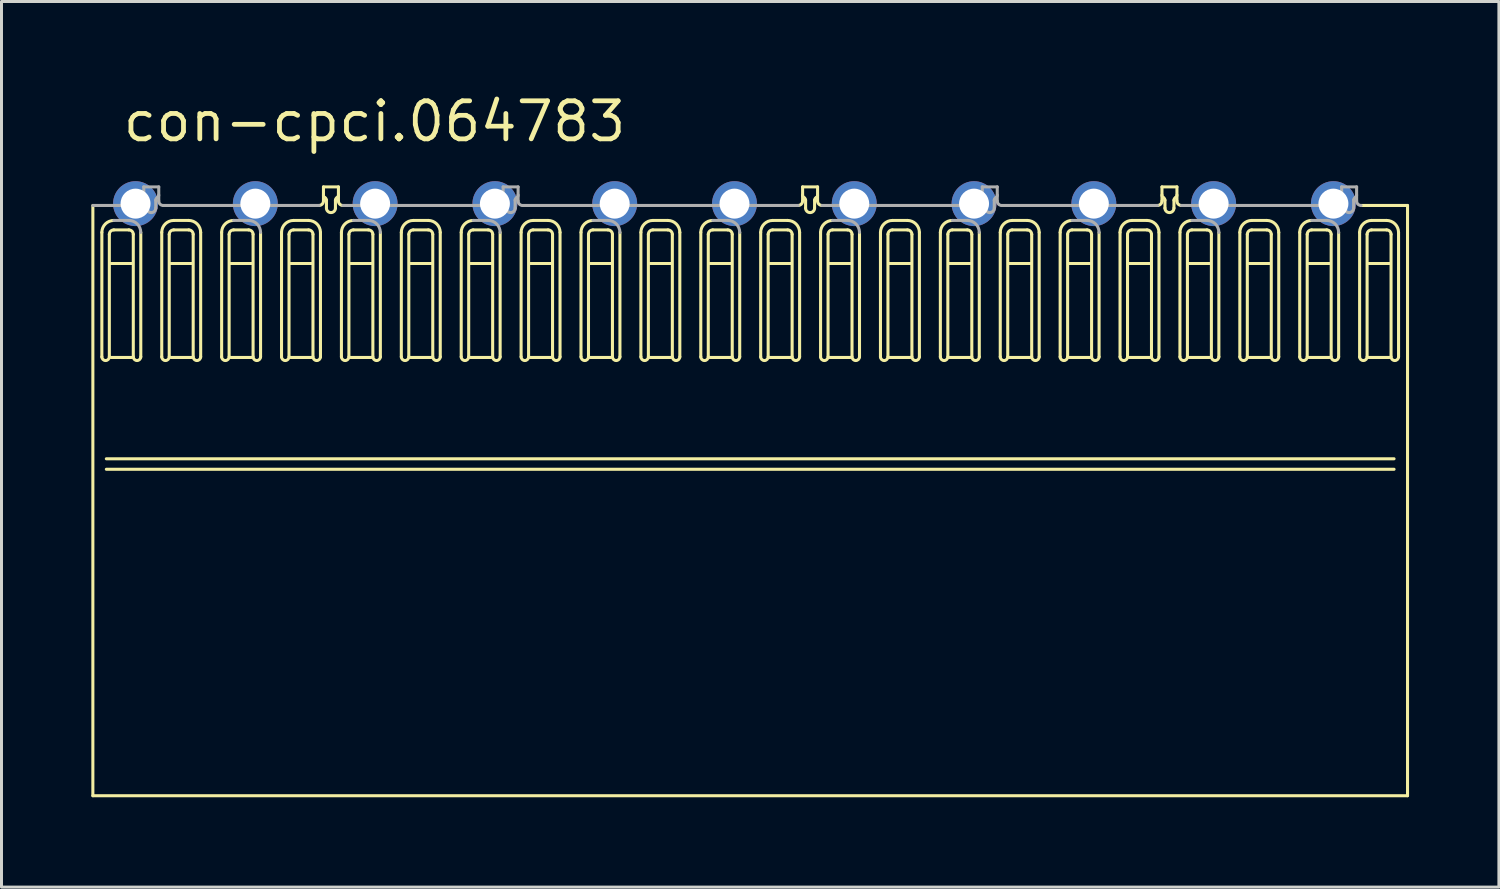
<source format=kicad_pcb>
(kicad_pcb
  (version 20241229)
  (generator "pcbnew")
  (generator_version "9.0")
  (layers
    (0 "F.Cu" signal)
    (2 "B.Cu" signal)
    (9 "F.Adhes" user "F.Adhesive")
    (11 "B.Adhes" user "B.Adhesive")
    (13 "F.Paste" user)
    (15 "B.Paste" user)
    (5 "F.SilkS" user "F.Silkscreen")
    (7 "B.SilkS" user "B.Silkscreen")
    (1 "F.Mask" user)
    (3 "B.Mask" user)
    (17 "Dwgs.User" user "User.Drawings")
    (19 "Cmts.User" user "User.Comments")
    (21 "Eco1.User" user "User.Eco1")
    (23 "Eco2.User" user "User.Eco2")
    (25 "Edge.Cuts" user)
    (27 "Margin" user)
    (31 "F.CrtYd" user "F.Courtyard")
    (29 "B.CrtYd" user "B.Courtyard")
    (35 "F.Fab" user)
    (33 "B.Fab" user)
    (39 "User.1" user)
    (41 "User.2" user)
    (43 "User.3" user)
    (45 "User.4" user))
  (footprint "con-cpci.064783"
    (layer "F.Cu")
    (at 21.476 3.75)
    (property "Reference" "con-cpci.064783" (at -20.5 -2 0) (layer "F.SilkS") (effects (font (size 1.27 1.27) (thickness 0.16)) (justify left bottom)))
    (attr through_hole)
    (fp_line (start -21.425 19.771) (end -21.425 0.061) (stroke (width 0.102) (type default)) (layer "F.SilkS"))
    (fp_line (start -21.125 5.114) (end -21.125 0.961) (stroke (width 0.102) (type default)) (layer "F.SilkS"))
    (fp_line (start -20.875 1.027) (end -20.875 5.114) (stroke (width 0.102) (type default)) (layer "F.SilkS"))
    (fp_line (start -20.825 1.999) (end -20.125 1.999) (stroke (width 0.102) (type default)) (layer "F.SilkS"))
    (fp_line (start -20.825 5.136) (end -20.125 5.136) (stroke (width 0.102) (type default)) (layer "F.SilkS"))
    (fp_line (start -20.225 0.877) (end -20.725 0.877) (stroke (width 0.102) (type default)) (layer "F.SilkS"))
    (fp_line (start -20.075 5.114) (end -20.075 1.027) (stroke (width 0.102) (type default)) (layer "F.SilkS"))
    (fp_line (start -19.825 0.961) (end -19.825 5.114) (stroke (width 0.102) (type default)) (layer "F.SilkS"))
    (fp_line (start -19.125 5.114) (end -19.125 0.961) (stroke (width 0.102) (type default)) (layer "F.SilkS"))
    (fp_line (start -18.875 1.027) (end -18.875 5.114) (stroke (width 0.102) (type default)) (layer "F.SilkS"))
    (fp_line (start -18.825 1.999) (end -18.125 1.999) (stroke (width 0.102) (type default)) (layer "F.SilkS"))
    (fp_line (start -18.825 5.136) (end -18.125 5.136) (stroke (width 0.102) (type default)) (layer "F.SilkS"))
    (fp_line (start -18.725 0.561) (end -18.225 0.561) (stroke (width 0.102) (type default)) (layer "F.SilkS"))
    (fp_line (start -18.225 0.877) (end -18.725 0.877) (stroke (width 0.102) (type default)) (layer "F.SilkS"))
    (fp_line (start -18.075 5.114) (end -18.075 1.027) (stroke (width 0.102) (type default)) (layer "F.SilkS"))
    (fp_line (start -17.825 0.961) (end -17.825 5.114) (stroke (width 0.102) (type default)) (layer "F.SilkS"))
    (fp_line (start -17.125 5.114) (end -17.125 0.961) (stroke (width 0.102) (type default)) (layer "F.SilkS"))
    (fp_line (start -16.875 1.027) (end -16.875 5.114) (stroke (width 0.102) (type default)) (layer "F.SilkS"))
    (fp_line (start -16.825 1.999) (end -16.125 1.999) (stroke (width 0.102) (type default)) (layer "F.SilkS"))
    (fp_line (start -16.825 5.136) (end -16.125 5.136) (stroke (width 0.102) (type default)) (layer "F.SilkS"))
    (fp_line (start -16.225 0.877) (end -16.725 0.877) (stroke (width 0.102) (type default)) (layer "F.SilkS"))
    (fp_line (start -16.075 5.114) (end -16.075 1.027) (stroke (width 0.102) (type default)) (layer "F.SilkS"))
    (fp_line (start -15.825 0.961) (end -15.825 5.114) (stroke (width 0.102) (type default)) (layer "F.SilkS"))
    (fp_line (start -15.125 5.114) (end -15.125 0.961) (stroke (width 0.102) (type default)) (layer "F.SilkS"))
    (fp_line (start -14.875 1.027) (end -14.875 5.114) (stroke (width 0.102) (type default)) (layer "F.SilkS"))
    (fp_line (start -14.825 1.999) (end -14.125 1.999) (stroke (width 0.102) (type default)) (layer "F.SilkS"))
    (fp_line (start -14.825 5.136) (end -14.125 5.136) (stroke (width 0.102) (type default)) (layer "F.SilkS"))
    (fp_line (start -14.725 0.561) (end -14.225 0.561) (stroke (width 0.102) (type default)) (layer "F.SilkS"))
    (fp_line (start -14.225 0.877) (end -14.725 0.877) (stroke (width 0.102) (type default)) (layer "F.SilkS"))
    (fp_line (start -14.075 5.114) (end -14.075 1.027) (stroke (width 0.102) (type default)) (layer "F.SilkS"))
    (fp_line (start -13.825 0.961) (end -13.825 5.114) (stroke (width 0.102) (type default)) (layer "F.SilkS"))
    (fp_line (start -13.725 -0.559) (end -13.225 -0.559) (stroke (width 0.102) (type default)) (layer "F.SilkS"))
    (fp_line (start -13.725 -0.089) (end -13.725 -0.559) (stroke (width 0.102) (type default)) (layer "F.SilkS"))
    (fp_line (start -13.625 -0.113) (end -13.625 0.149) (stroke (width 0.102) (type default)) (layer "F.SilkS"))
    (fp_line (start -13.325 0.149) (end -13.325 -0.113) (stroke (width 0.102) (type default)) (layer "F.SilkS"))
    (fp_line (start -13.225 -0.559) (end -13.225 -0.089) (stroke (width 0.102) (type default)) (layer "F.SilkS"))
    (fp_line (start -13.125 5.114) (end -13.125 0.961) (stroke (width 0.102) (type default)) (layer "F.SilkS"))
    (fp_line (start -12.875 1.027) (end -12.875 5.114) (stroke (width 0.102) (type default)) (layer "F.SilkS"))
    (fp_line (start -12.825 1.999) (end -12.125 1.999) (stroke (width 0.102) (type default)) (layer "F.SilkS"))
    (fp_line (start -12.825 5.136) (end -12.125 5.136) (stroke (width 0.102) (type default)) (layer "F.SilkS"))
    (fp_line (start -12.225 0.877) (end -12.725 0.877) (stroke (width 0.102) (type default)) (layer "F.SilkS"))
    (fp_line (start -12.075 5.114) (end -12.075 1.027) (stroke (width 0.102) (type default)) (layer "F.SilkS"))
    (fp_line (start -11.825 0.961) (end -11.825 5.114) (stroke (width 0.102) (type default)) (layer "F.SilkS"))
    (fp_line (start -11.125 5.114) (end -11.125 0.961) (stroke (width 0.102) (type default)) (layer "F.SilkS"))
    (fp_line (start -10.875 1.027) (end -10.875 5.114) (stroke (width 0.102) (type default)) (layer "F.SilkS"))
    (fp_line (start -10.825 1.999) (end -10.125 1.999) (stroke (width 0.102) (type default)) (layer "F.SilkS"))
    (fp_line (start -10.825 5.136) (end -10.125 5.136) (stroke (width 0.102) (type default)) (layer "F.SilkS"))
    (fp_line (start -10.725 0.561) (end -10.225 0.561) (stroke (width 0.102) (type default)) (layer "F.SilkS"))
    (fp_line (start -10.225 0.877) (end -10.725 0.877) (stroke (width 0.102) (type default)) (layer "F.SilkS"))
    (fp_line (start -10.075 5.114) (end -10.075 1.027) (stroke (width 0.102) (type default)) (layer "F.SilkS"))
    (fp_line (start -9.825 0.961) (end -9.825 5.114) (stroke (width 0.102) (type default)) (layer "F.SilkS"))
    (fp_line (start -9.125 5.114) (end -9.125 0.961) (stroke (width 0.102) (type default)) (layer "F.SilkS"))
    (fp_line (start -8.875 1.027) (end -8.875 5.114) (stroke (width 0.102) (type default)) (layer "F.SilkS"))
    (fp_line (start -8.825 1.999) (end -8.125 1.999) (stroke (width 0.102) (type default)) (layer "F.SilkS"))
    (fp_line (start -8.825 5.136) (end -8.125 5.136) (stroke (width 0.102) (type default)) (layer "F.SilkS"))
    (fp_line (start -8.225 0.877) (end -8.725 0.877) (stroke (width 0.102) (type default)) (layer "F.SilkS"))
    (fp_line (start -8.075 5.114) (end -8.075 1.027) (stroke (width 0.102) (type default)) (layer "F.SilkS"))
    (fp_line (start -7.825 0.961) (end -7.825 5.114) (stroke (width 0.102) (type default)) (layer "F.SilkS"))
    (fp_line (start -7.125 5.114) (end -7.125 0.961) (stroke (width 0.102) (type default)) (layer "F.SilkS"))
    (fp_line (start -6.875 1.027) (end -6.875 5.114) (stroke (width 0.102) (type default)) (layer "F.SilkS"))
    (fp_line (start -6.825 1.999) (end -6.125 1.999) (stroke (width 0.102) (type default)) (layer "F.SilkS"))
    (fp_line (start -6.825 5.136) (end -6.125 5.136) (stroke (width 0.102) (type default)) (layer "F.SilkS"))
    (fp_line (start -6.725 0.561) (end -6.225 0.561) (stroke (width 0.102) (type default)) (layer "F.SilkS"))
    (fp_line (start -6.225 0.877) (end -6.725 0.877) (stroke (width 0.102) (type default)) (layer "F.SilkS"))
    (fp_line (start -6.075 5.114) (end -6.075 1.027) (stroke (width 0.102) (type default)) (layer "F.SilkS"))
    (fp_line (start -5.825 0.961) (end -5.825 5.114) (stroke (width 0.102) (type default)) (layer "F.SilkS"))
    (fp_line (start -5.125 5.114) (end -5.125 0.961) (stroke (width 0.102) (type default)) (layer "F.SilkS"))
    (fp_line (start -4.875 1.027) (end -4.875 5.114) (stroke (width 0.102) (type default)) (layer "F.SilkS"))
    (fp_line (start -4.825 1.999) (end -4.125 1.999) (stroke (width 0.102) (type default)) (layer "F.SilkS"))
    (fp_line (start -4.825 5.136) (end -4.125 5.136) (stroke (width 0.102) (type default)) (layer "F.SilkS"))
    (fp_line (start -4.225 0.877) (end -4.725 0.877) (stroke (width 0.102) (type default)) (layer "F.SilkS"))
    (fp_line (start -4.075 5.114) (end -4.075 1.027) (stroke (width 0.102) (type default)) (layer "F.SilkS"))
    (fp_line (start -3.825 0.961) (end -3.825 5.114) (stroke (width 0.102) (type default)) (layer "F.SilkS"))
    (fp_line (start -3.125 5.114) (end -3.125 0.961) (stroke (width 0.102) (type default)) (layer "F.SilkS"))
    (fp_line (start -2.875 1.027) (end -2.875 5.114) (stroke (width 0.102) (type default)) (layer "F.SilkS"))
    (fp_line (start -2.825 1.999) (end -2.125 1.999) (stroke (width 0.102) (type default)) (layer "F.SilkS"))
    (fp_line (start -2.825 5.136) (end -2.125 5.136) (stroke (width 0.102) (type default)) (layer "F.SilkS"))
    (fp_line (start -2.725 0.561) (end -2.225 0.561) (stroke (width 0.102) (type default)) (layer "F.SilkS"))
    (fp_line (start -2.225 0.877) (end -2.725 0.877) (stroke (width 0.102) (type default)) (layer "F.SilkS"))
    (fp_line (start -2.075 5.114) (end -2.075 1.027) (stroke (width 0.102) (type default)) (layer "F.SilkS"))
    (fp_line (start -1.825 0.961) (end -1.825 5.114) (stroke (width 0.102) (type default)) (layer "F.SilkS"))
    (fp_line (start -1.125 5.114) (end -1.125 0.961) (stroke (width 0.102) (type default)) (layer "F.SilkS"))
    (fp_line (start -0.875 1.027) (end -0.875 5.114) (stroke (width 0.102) (type default)) (layer "F.SilkS"))
    (fp_line (start -0.825 1.999) (end -0.125 1.999) (stroke (width 0.102) (type default)) (layer "F.SilkS"))
    (fp_line (start -0.825 5.136) (end -0.125 5.136) (stroke (width 0.102) (type default)) (layer "F.SilkS"))
    (fp_line (start -0.225 0.877) (end -0.725 0.877) (stroke (width 0.102) (type default)) (layer "F.SilkS"))
    (fp_line (start -0.075 5.114) (end -0.075 1.027) (stroke (width 0.102) (type default)) (layer "F.SilkS"))
    (fp_line (start 0.175 0.961) (end 0.175 5.114) (stroke (width 0.102) (type default)) (layer "F.SilkS"))
    (fp_line (start 0.875 0.961) (end 0.875 5.114) (stroke (width 0.102) (type default)) (layer "F.SilkS"))
    (fp_line (start 1.125 5.114) (end 1.125 1.027) (stroke (width 0.102) (type default)) (layer "F.SilkS"))
    (fp_line (start 1.275 0.877) (end 1.775 0.877) (stroke (width 0.102) (type default)) (layer "F.SilkS"))
    (fp_line (start 1.775 0.561) (end 1.275 0.561) (stroke (width 0.102) (type default)) (layer "F.SilkS"))
    (fp_line (start 1.875 1.999) (end 1.175 1.999) (stroke (width 0.102) (type default)) (layer "F.SilkS"))
    (fp_line (start 1.875 5.136) (end 1.175 5.136) (stroke (width 0.102) (type default)) (layer "F.SilkS"))
    (fp_line (start 1.925 1.027) (end 1.925 5.114) (stroke (width 0.102) (type default)) (layer "F.SilkS"))
    (fp_line (start 2.175 5.114) (end 2.175 0.961) (stroke (width 0.102) (type default)) (layer "F.SilkS"))
    (fp_line (start 2.275 -0.559) (end 2.775 -0.559) (stroke (width 0.102) (type default)) (layer "F.SilkS"))
    (fp_line (start 2.275 -0.089) (end 2.275 -0.559) (stroke (width 0.102) (type default)) (layer "F.SilkS"))
    (fp_line (start 2.375 -0.113) (end 2.375 0.149) (stroke (width 0.102) (type default)) (layer "F.SilkS"))
    (fp_line (start 2.675 0.149) (end 2.675 -0.113) (stroke (width 0.102) (type default)) (layer "F.SilkS"))
    (fp_line (start 2.775 -0.559) (end 2.775 -0.089) (stroke (width 0.102) (type default)) (layer "F.SilkS"))
    (fp_line (start 2.875 0.961) (end 2.875 5.114) (stroke (width 0.102) (type default)) (layer "F.SilkS"))
    (fp_line (start 3.125 5.114) (end 3.125 1.027) (stroke (width 0.102) (type default)) (layer "F.SilkS"))
    (fp_line (start 3.275 0.877) (end 3.775 0.877) (stroke (width 0.102) (type default)) (layer "F.SilkS"))
    (fp_line (start 3.875 1.999) (end 3.175 1.999) (stroke (width 0.102) (type default)) (layer "F.SilkS"))
    (fp_line (start 3.875 5.136) (end 3.175 5.136) (stroke (width 0.102) (type default)) (layer "F.SilkS"))
    (fp_line (start 3.925 1.027) (end 3.925 5.114) (stroke (width 0.102) (type default)) (layer "F.SilkS"))
    (fp_line (start 4.175 5.114) (end 4.175 0.961) (stroke (width 0.102) (type default)) (layer "F.SilkS"))
    (fp_line (start 4.875 0.961) (end 4.875 5.114) (stroke (width 0.102) (type default)) (layer "F.SilkS"))
    (fp_line (start 5.125 5.114) (end 5.125 1.027) (stroke (width 0.102) (type default)) (layer "F.SilkS"))
    (fp_line (start 5.275 0.877) (end 5.775 0.877) (stroke (width 0.102) (type default)) (layer "F.SilkS"))
    (fp_line (start 5.775 0.561) (end 5.275 0.561) (stroke (width 0.102) (type default)) (layer "F.SilkS"))
    (fp_line (start 5.875 1.999) (end 5.175 1.999) (stroke (width 0.102) (type default)) (layer "F.SilkS"))
    (fp_line (start 5.875 5.136) (end 5.175 5.136) (stroke (width 0.102) (type default)) (layer "F.SilkS"))
    (fp_line (start 5.925 1.027) (end 5.925 5.114) (stroke (width 0.102) (type default)) (layer "F.SilkS"))
    (fp_line (start 6.175 5.114) (end 6.175 0.961) (stroke (width 0.102) (type default)) (layer "F.SilkS"))
    (fp_line (start 6.875 0.961) (end 6.875 5.114) (stroke (width 0.102) (type default)) (layer "F.SilkS"))
    (fp_line (start 7.125 5.114) (end 7.125 1.027) (stroke (width 0.102) (type default)) (layer "F.SilkS"))
    (fp_line (start 7.275 0.877) (end 7.775 0.877) (stroke (width 0.102) (type default)) (layer "F.SilkS"))
    (fp_line (start 7.875 1.999) (end 7.175 1.999) (stroke (width 0.102) (type default)) (layer "F.SilkS"))
    (fp_line (start 7.875 5.136) (end 7.175 5.136) (stroke (width 0.102) (type default)) (layer "F.SilkS"))
    (fp_line (start 7.925 1.027) (end 7.925 5.114) (stroke (width 0.102) (type default)) (layer "F.SilkS"))
    (fp_line (start 8.175 5.114) (end 8.175 0.961) (stroke (width 0.102) (type default)) (layer "F.SilkS"))
    (fp_line (start 8.875 0.961) (end 8.875 5.114) (stroke (width 0.102) (type default)) (layer "F.SilkS"))
    (fp_line (start 9.125 5.114) (end 9.125 1.027) (stroke (width 0.102) (type default)) (layer "F.SilkS"))
    (fp_line (start 9.275 0.877) (end 9.775 0.877) (stroke (width 0.102) (type default)) (layer "F.SilkS"))
    (fp_line (start 9.775 0.561) (end 9.275 0.561) (stroke (width 0.102) (type default)) (layer "F.SilkS"))
    (fp_line (start 9.875 1.999) (end 9.175 1.999) (stroke (width 0.102) (type default)) (layer "F.SilkS"))
    (fp_line (start 9.875 5.136) (end 9.175 5.136) (stroke (width 0.102) (type default)) (layer "F.SilkS"))
    (fp_line (start 9.925 1.027) (end 9.925 5.114) (stroke (width 0.102) (type default)) (layer "F.SilkS"))
    (fp_line (start 10.175 5.114) (end 10.175 0.961) (stroke (width 0.102) (type default)) (layer "F.SilkS"))
    (fp_line (start 10.875 0.961) (end 10.875 5.114) (stroke (width 0.102) (type default)) (layer "F.SilkS"))
    (fp_line (start 11.125 5.114) (end 11.125 1.027) (stroke (width 0.102) (type default)) (layer "F.SilkS"))
    (fp_line (start 11.275 0.877) (end 11.775 0.877) (stroke (width 0.102) (type default)) (layer "F.SilkS"))
    (fp_line (start 11.875 1.999) (end 11.175 1.999) (stroke (width 0.102) (type default)) (layer "F.SilkS"))
    (fp_line (start 11.875 5.136) (end 11.175 5.136) (stroke (width 0.102) (type default)) (layer "F.SilkS"))
    (fp_line (start 11.925 1.027) (end 11.925 5.114) (stroke (width 0.102) (type default)) (layer "F.SilkS"))
    (fp_line (start 12.175 5.114) (end 12.175 0.961) (stroke (width 0.102) (type default)) (layer "F.SilkS"))
    (fp_line (start 12.875 0.961) (end 12.875 5.114) (stroke (width 0.102) (type default)) (layer "F.SilkS"))
    (fp_line (start 13.125 5.114) (end 13.125 1.027) (stroke (width 0.102) (type default)) (layer "F.SilkS"))
    (fp_line (start 13.275 0.877) (end 13.775 0.877) (stroke (width 0.102) (type default)) (layer "F.SilkS"))
    (fp_line (start 13.775 0.561) (end 13.275 0.561) (stroke (width 0.102) (type default)) (layer "F.SilkS"))
    (fp_line (start 13.875 1.999) (end 13.175 1.999) (stroke (width 0.102) (type default)) (layer "F.SilkS"))
    (fp_line (start 13.875 5.136) (end 13.175 5.136) (stroke (width 0.102) (type default)) (layer "F.SilkS"))
    (fp_line (start 13.925 1.027) (end 13.925 5.114) (stroke (width 0.102) (type default)) (layer "F.SilkS"))
    (fp_line (start 14.175 5.114) (end 14.175 0.961) (stroke (width 0.102) (type default)) (layer "F.SilkS"))
    (fp_line (start 14.275 -0.559) (end 14.775 -0.559) (stroke (width 0.102) (type default)) (layer "F.SilkS"))
    (fp_line (start 14.275 -0.089) (end 14.275 -0.559) (stroke (width 0.102) (type default)) (layer "F.SilkS"))
    (fp_line (start 14.375 -0.113) (end 14.375 0.149) (stroke (width 0.102) (type default)) (layer "F.SilkS"))
    (fp_line (start 14.675 0.149) (end 14.675 -0.113) (stroke (width 0.102) (type default)) (layer "F.SilkS"))
    (fp_line (start 14.775 -0.559) (end 14.775 -0.089) (stroke (width 0.102) (type default)) (layer "F.SilkS"))
    (fp_line (start 14.875 0.961) (end 14.875 5.114) (stroke (width 0.102) (type default)) (layer "F.SilkS"))
    (fp_line (start 15.125 5.114) (end 15.125 1.027) (stroke (width 0.102) (type default)) (layer "F.SilkS"))
    (fp_line (start 15.275 0.877) (end 15.775 0.877) (stroke (width 0.102) (type default)) (layer "F.SilkS"))
    (fp_line (start 15.875 1.999) (end 15.175 1.999) (stroke (width 0.102) (type default)) (layer "F.SilkS"))
    (fp_line (start 15.875 5.136) (end 15.175 5.136) (stroke (width 0.102) (type default)) (layer "F.SilkS"))
    (fp_line (start 15.925 1.027) (end 15.925 5.114) (stroke (width 0.102) (type default)) (layer "F.SilkS"))
    (fp_line (start 16.175 5.114) (end 16.175 0.961) (stroke (width 0.102) (type default)) (layer "F.SilkS"))
    (fp_line (start 16.875 0.961) (end 16.875 5.114) (stroke (width 0.102) (type default)) (layer "F.SilkS"))
    (fp_line (start 17.125 5.114) (end 17.125 1.027) (stroke (width 0.102) (type default)) (layer "F.SilkS"))
    (fp_line (start 17.275 0.877) (end 17.775 0.877) (stroke (width 0.102) (type default)) (layer "F.SilkS"))
    (fp_line (start 17.775 0.561) (end 17.275 0.561) (stroke (width 0.102) (type default)) (layer "F.SilkS"))
    (fp_line (start 17.875 1.999) (end 17.175 1.999) (stroke (width 0.102) (type default)) (layer "F.SilkS"))
    (fp_line (start 17.875 5.136) (end 17.175 5.136) (stroke (width 0.102) (type default)) (layer "F.SilkS"))
    (fp_line (start 17.925 1.027) (end 17.925 5.114) (stroke (width 0.102) (type default)) (layer "F.SilkS"))
    (fp_line (start 18.175 5.114) (end 18.175 0.961) (stroke (width 0.102) (type default)) (layer "F.SilkS"))
    (fp_line (start 18.875 0.961) (end 18.875 5.114) (stroke (width 0.102) (type default)) (layer "F.SilkS"))
    (fp_line (start 19.125 5.114) (end 19.125 1.027) (stroke (width 0.102) (type default)) (layer "F.SilkS"))
    (fp_line (start 19.275 0.877) (end 19.775 0.877) (stroke (width 0.102) (type default)) (layer "F.SilkS"))
    (fp_line (start 19.875 1.999) (end 19.175 1.999) (stroke (width 0.102) (type default)) (layer "F.SilkS"))
    (fp_line (start 19.875 5.136) (end 19.175 5.136) (stroke (width 0.102) (type default)) (layer "F.SilkS"))
    (fp_line (start 19.925 1.027) (end 19.925 5.114) (stroke (width 0.102) (type default)) (layer "F.SilkS"))
    (fp_line (start 20.175 5.114) (end 20.175 0.961) (stroke (width 0.102) (type default)) (layer "F.SilkS"))
    (fp_line (start 20.875 0.961) (end 20.875 5.114) (stroke (width 0.102) (type default)) (layer "F.SilkS"))
    (fp_line (start 20.925 0.061) (end 22.475 0.061) (stroke (width 0.102) (type default)) (layer "F.SilkS"))
    (fp_line (start 21.125 5.114) (end 21.125 1.027) (stroke (width 0.102) (type default)) (layer "F.SilkS"))
    (fp_line (start 21.275 0.877) (end 21.775 0.877) (stroke (width 0.102) (type default)) (layer "F.SilkS"))
    (fp_line (start 21.775 0.561) (end 21.275 0.561) (stroke (width 0.102) (type default)) (layer "F.SilkS"))
    (fp_line (start 21.875 1.999) (end 21.175 1.999) (stroke (width 0.102) (type default)) (layer "F.SilkS"))
    (fp_line (start 21.875 5.136) (end 21.175 5.136) (stroke (width 0.102) (type default)) (layer "F.SilkS"))
    (fp_line (start 21.925 1.027) (end 21.925 5.114) (stroke (width 0.102) (type default)) (layer "F.SilkS"))
    (fp_line (start 22.025 8.52) (end -20.975 8.52) (stroke (width 0.102) (type default)) (layer "F.SilkS"))
    (fp_line (start 22.025 8.87) (end -20.975 8.87) (stroke (width 0.102) (type default)) (layer "F.SilkS"))
    (fp_line (start 22.175 5.114) (end 22.175 0.961) (stroke (width 0.102) (type default)) (layer "F.SilkS"))
    (fp_line (start 22.475 0.061) (end 22.475 19.771) (stroke (width 0.102) (type default)) (layer "F.SilkS"))
    (fp_line (start 22.475 19.771) (end -21.425 19.771) (stroke (width 0.102) (type default)) (layer "F.SilkS"))
    (fp_arc (start -21.1252 0.9612) (mid -21.008043 0.678357) (end -20.7252 0.5612) (stroke (width 0.1016) (type default)) (layer "F.SilkS"))
    (fp_arc (start -20.8752 1.0269) (mid -20.831266 0.920834) (end -20.7252 0.8769) (stroke (width 0.1016) (type default)) (layer "F.SilkS"))
    (fp_arc (start -20.8752 5.1139) (mid -21.0002 5.2389) (end -21.1252 5.1139) (stroke (width 0.1016) (type default)) (layer "F.SilkS"))
    (fp_arc (start -20.2252 0.8769) (mid -20.119134 0.920834) (end -20.0752 1.0269) (stroke (width 0.1016) (type default)) (layer "F.SilkS"))
    (fp_arc (start -19.8252 5.1139) (mid -19.9502 5.2389) (end -20.0752 5.1139) (stroke (width 0.1016) (type default)) (layer "F.SilkS"))
    (fp_arc (start -19.1252 0.9612) (mid -19.008043 0.678357) (end -18.7252 0.5612) (stroke (width 0.1016) (type default)) (layer "F.SilkS"))
    (fp_arc (start -18.8752 1.0269) (mid -18.831266 0.920834) (end -18.7252 0.8769) (stroke (width 0.1016) (type default)) (layer "F.SilkS"))
    (fp_arc (start -18.8752 5.1139) (mid -19.0002 5.2389) (end -19.1252 5.1139) (stroke (width 0.1016) (type default)) (layer "F.SilkS"))
    (fp_arc (start -18.2252 0.5612) (mid -17.942357 0.678357) (end -17.8252 0.9612) (stroke (width 0.1016) (type default)) (layer "F.SilkS"))
    (fp_arc (start -18.2252 0.8769) (mid -18.119134 0.920834) (end -18.0752 1.0269) (stroke (width 0.1016) (type default)) (layer "F.SilkS"))
    (fp_arc (start -17.8252 5.1139) (mid -17.9502 5.2389) (end -18.0752 5.1139) (stroke (width 0.1016) (type default)) (layer "F.SilkS"))
    (fp_arc (start -17.1252 0.9612) (mid -17.008043 0.678357) (end -16.7252 0.5612) (stroke (width 0.1016) (type default)) (layer "F.SilkS"))
    (fp_arc (start -16.8752 1.0269) (mid -16.831266 0.920834) (end -16.7252 0.8769) (stroke (width 0.1016) (type default)) (layer "F.SilkS"))
    (fp_arc (start -16.8752 5.1139) (mid -17.0002 5.2389) (end -17.1252 5.1139) (stroke (width 0.1016) (type default)) (layer "F.SilkS"))
    (fp_arc (start -16.2252 0.8769) (mid -16.119134 0.920834) (end -16.0752 1.0269) (stroke (width 0.1016) (type default)) (layer "F.SilkS"))
    (fp_arc (start -15.8252 5.1139) (mid -15.9502 5.2389) (end -16.0752 5.1139) (stroke (width 0.1016) (type default)) (layer "F.SilkS"))
    (fp_arc (start -15.1252 0.9612) (mid -15.008043 0.678357) (end -14.7252 0.5612) (stroke (width 0.1016) (type default)) (layer "F.SilkS"))
    (fp_arc (start -14.8752 1.0269) (mid -14.831266 0.920834) (end -14.7252 0.8769) (stroke (width 0.1016) (type default)) (layer "F.SilkS"))
    (fp_arc (start -14.8752 5.1139) (mid -15.0002 5.2389) (end -15.1252 5.1139) (stroke (width 0.1016) (type default)) (layer "F.SilkS"))
    (fp_arc (start -14.2252 0.5612) (mid -13.942357 0.678357) (end -13.8252 0.9612) (stroke (width 0.1016) (type default)) (layer "F.SilkS"))
    (fp_arc (start -14.2252 0.8769) (mid -14.119134 0.920834) (end -14.0752 1.0269) (stroke (width 0.1016) (type default)) (layer "F.SilkS"))
    (fp_arc (start -13.8252 5.1139) (mid -13.9502 5.2389) (end -14.0752 5.1139) (stroke (width 0.1016) (type default)) (layer "F.SilkS"))
    (fp_arc (start -13.7251 -0.0888) (mid -13.769034 0.017266) (end -13.8751 0.0612) (stroke (width 0.1016) (type default)) (layer "F.SilkS"))
    (fp_arc (start -13.6751 -0.1997) (mid -13.711702 -0.236301) (end -13.7251 -0.2863) (stroke (width 0.1016) (type default)) (layer "F.SilkS"))
    (fp_arc (start -13.6751 -0.1997) (mid -13.638498 -0.163099) (end -13.6251 -0.1131) (stroke (width 0.1016) (type default)) (layer "F.SilkS"))
    (fp_arc (start -13.3251 -0.1131) (mid -13.311702 -0.163099) (end -13.2751 -0.1997) (stroke (width 0.1016) (type default)) (layer "F.SilkS"))
    (fp_arc (start -13.3251 0.149) (mid -13.4751 0.299) (end -13.6251 0.149) (stroke (width 0.1016) (type default)) (layer "F.SilkS"))
    (fp_arc (start -13.2251 -0.2863) (mid -13.238498 -0.236301) (end -13.2751 -0.1997) (stroke (width 0.1016) (type default)) (layer "F.SilkS"))
    (fp_arc (start -13.1252 0.9612) (mid -13.008043 0.678357) (end -12.7252 0.5612) (stroke (width 0.1016) (type default)) (layer "F.SilkS"))
    (fp_arc (start -13.0751 0.0612) (mid -13.181166 0.017266) (end -13.2251 -0.0888) (stroke (width 0.1016) (type default)) (layer "F.SilkS"))
    (fp_arc (start -12.8752 1.0269) (mid -12.831266 0.920834) (end -12.7252 0.8769) (stroke (width 0.1016) (type default)) (layer "F.SilkS"))
    (fp_arc (start -12.8752 5.1139) (mid -13.0002 5.2389) (end -13.1252 5.1139) (stroke (width 0.1016) (type default)) (layer "F.SilkS"))
    (fp_arc (start -12.2252 0.8769) (mid -12.119134 0.920834) (end -12.0752 1.0269) (stroke (width 0.1016) (type default)) (layer "F.SilkS"))
    (fp_arc (start -11.8252 5.1139) (mid -11.9502 5.2389) (end -12.0752 5.1139) (stroke (width 0.1016) (type default)) (layer "F.SilkS"))
    (fp_arc (start -11.1252 0.9612) (mid -11.008043 0.678357) (end -10.7252 0.5612) (stroke (width 0.1016) (type default)) (layer "F.SilkS"))
    (fp_arc (start -10.8752 1.0269) (mid -10.831266 0.920834) (end -10.7252 0.8769) (stroke (width 0.1016) (type default)) (layer "F.SilkS"))
    (fp_arc (start -10.8752 5.1139) (mid -11.0002 5.2389) (end -11.1252 5.1139) (stroke (width 0.1016) (type default)) (layer "F.SilkS"))
    (fp_arc (start -10.2252 0.5612) (mid -9.942357 0.678357) (end -9.8252 0.9612) (stroke (width 0.1016) (type default)) (layer "F.SilkS"))
    (fp_arc (start -10.2252 0.8769) (mid -10.119134 0.920834) (end -10.0752 1.0269) (stroke (width 0.1016) (type default)) (layer "F.SilkS"))
    (fp_arc (start -9.8252 5.1139) (mid -9.9502 5.2389) (end -10.0752 5.1139) (stroke (width 0.1016) (type default)) (layer "F.SilkS"))
    (fp_arc (start -9.1252 0.9612) (mid -9.008043 0.678357) (end -8.7252 0.5612) (stroke (width 0.1016) (type default)) (layer "F.SilkS"))
    (fp_arc (start -8.8752 1.0269) (mid -8.831266 0.920834) (end -8.7252 0.8769) (stroke (width 0.1016) (type default)) (layer "F.SilkS"))
    (fp_arc (start -8.8752 5.1139) (mid -9.0002 5.2389) (end -9.1252 5.1139) (stroke (width 0.1016) (type default)) (layer "F.SilkS"))
    (fp_arc (start -8.2252 0.8769) (mid -8.119134 0.920834) (end -8.0752 1.0269) (stroke (width 0.1016) (type default)) (layer "F.SilkS"))
    (fp_arc (start -7.8252 5.1139) (mid -7.9502 5.2389) (end -8.0752 5.1139) (stroke (width 0.1016) (type default)) (layer "F.SilkS"))
    (fp_arc (start -7.1252 0.9612) (mid -7.008043 0.678357) (end -6.7252 0.5612) (stroke (width 0.1016) (type default)) (layer "F.SilkS"))
    (fp_arc (start -6.8752 1.0269) (mid -6.831266 0.920834) (end -6.7252 0.8769) (stroke (width 0.1016) (type default)) (layer "F.SilkS"))
    (fp_arc (start -6.8752 5.1139) (mid -7.0002 5.2389) (end -7.1252 5.1139) (stroke (width 0.1016) (type default)) (layer "F.SilkS"))
    (fp_arc (start -6.2252 0.5612) (mid -5.942357 0.678357) (end -5.8252 0.9612) (stroke (width 0.1016) (type default)) (layer "F.SilkS"))
    (fp_arc (start -6.2252 0.8769) (mid -6.119134 0.920834) (end -6.0752 1.0269) (stroke (width 0.1016) (type default)) (layer "F.SilkS"))
    (fp_arc (start -5.8252 5.1139) (mid -5.9502 5.2389) (end -6.0752 5.1139) (stroke (width 0.1016) (type default)) (layer "F.SilkS"))
    (fp_arc (start -5.1252 0.9612) (mid -5.008043 0.678357) (end -4.7252 0.5612) (stroke (width 0.1016) (type default)) (layer "F.SilkS"))
    (fp_arc (start -4.8752 1.0269) (mid -4.831266 0.920834) (end -4.7252 0.8769) (stroke (width 0.1016) (type default)) (layer "F.SilkS"))
    (fp_arc (start -4.8752 5.1139) (mid -5.0002 5.2389) (end -5.1252 5.1139) (stroke (width 0.1016) (type default)) (layer "F.SilkS"))
    (fp_arc (start -4.2252 0.8769) (mid -4.119134 0.920834) (end -4.0752 1.0269) (stroke (width 0.1016) (type default)) (layer "F.SilkS"))
    (fp_arc (start -3.8252 5.1139) (mid -3.9502 5.2389) (end -4.0752 5.1139) (stroke (width 0.1016) (type default)) (layer "F.SilkS"))
    (fp_arc (start -3.1252 0.9612) (mid -3.008043 0.678357) (end -2.7252 0.5612) (stroke (width 0.1016) (type default)) (layer "F.SilkS"))
    (fp_arc (start -2.8752 1.0269) (mid -2.831266 0.920834) (end -2.7252 0.8769) (stroke (width 0.1016) (type default)) (layer "F.SilkS"))
    (fp_arc (start -2.8752 5.1139) (mid -3.0002 5.2389) (end -3.1252 5.1139) (stroke (width 0.1016) (type default)) (layer "F.SilkS"))
    (fp_arc (start -2.2252 0.5612) (mid -1.942357 0.678357) (end -1.8252 0.9612) (stroke (width 0.1016) (type default)) (layer "F.SilkS"))
    (fp_arc (start -2.2252 0.8769) (mid -2.119134 0.920834) (end -2.0752 1.0269) (stroke (width 0.1016) (type default)) (layer "F.SilkS"))
    (fp_arc (start -1.8252 5.1139) (mid -1.9502 5.2389) (end -2.0752 5.1139) (stroke (width 0.1016) (type default)) (layer "F.SilkS"))
    (fp_arc (start -1.1252 0.9612) (mid -1.008043 0.678357) (end -0.7252 0.5612) (stroke (width 0.1016) (type default)) (layer "F.SilkS"))
    (fp_arc (start -0.8752 1.0269) (mid -0.831266 0.920834) (end -0.7252 0.8769) (stroke (width 0.1016) (type default)) (layer "F.SilkS"))
    (fp_arc (start -0.8752 5.1139) (mid -1.0002 5.2389) (end -1.1252 5.1139) (stroke (width 0.1016) (type default)) (layer "F.SilkS"))
    (fp_arc (start -0.2252 0.8769) (mid -0.119134 0.920834) (end -0.0752 1.0269) (stroke (width 0.1016) (type default)) (layer "F.SilkS"))
    (fp_arc (start 0.1748 5.1139) (mid 0.0498 5.2389) (end -0.0752 5.1139) (stroke (width 0.1016) (type default)) (layer "F.SilkS"))
    (fp_arc (start 0.8748 0.9612) (mid 0.991957 0.678357) (end 1.2748 0.5612) (stroke (width 0.1016) (type default)) (layer "F.SilkS"))
    (fp_arc (start 1.1248 1.0269) (mid 1.168734 0.920834) (end 1.2748 0.8769) (stroke (width 0.1016) (type default)) (layer "F.SilkS"))
    (fp_arc (start 1.1248 5.1139) (mid 0.9998 5.2389) (end 0.8748 5.1139) (stroke (width 0.1016) (type default)) (layer "F.SilkS"))
    (fp_arc (start 1.7748 0.5612) (mid 2.057643 0.678357) (end 2.1748 0.9612) (stroke (width 0.1016) (type default)) (layer "F.SilkS"))
    (fp_arc (start 1.7748 0.8769) (mid 1.880866 0.920834) (end 1.9248 1.0269) (stroke (width 0.1016) (type default)) (layer "F.SilkS"))
    (fp_arc (start 2.1748 5.1139) (mid 2.0498 5.2389) (end 1.9248 5.1139) (stroke (width 0.1016) (type default)) (layer "F.SilkS"))
    (fp_arc (start 2.2748 -0.0888) (mid 2.230866 0.017266) (end 2.1248 0.0612) (stroke (width 0.1016) (type default)) (layer "F.SilkS"))
    (fp_arc (start 2.3248 -0.1997) (mid 2.288198 -0.236301) (end 2.2748 -0.2863) (stroke (width 0.1016) (type default)) (layer "F.SilkS"))
    (fp_arc (start 2.3248 -0.1997) (mid 2.361402 -0.163099) (end 2.3748 -0.1131) (stroke (width 0.1016) (type default)) (layer "F.SilkS"))
    (fp_arc (start 2.6748 -0.1131) (mid 2.688198 -0.163099) (end 2.7248 -0.1997) (stroke (width 0.1016) (type default)) (layer "F.SilkS"))
    (fp_arc (start 2.6748 0.149) (mid 2.5248 0.299) (end 2.3748 0.149) (stroke (width 0.1016) (type default)) (layer "F.SilkS"))
    (fp_arc (start 2.7748 -0.2863) (mid 2.761402 -0.236301) (end 2.7248 -0.1997) (stroke (width 0.1016) (type default)) (layer "F.SilkS"))
    (fp_arc (start 2.8748 0.9612) (mid 2.991957 0.678357) (end 3.2748 0.5612) (stroke (width 0.1016) (type default)) (layer "F.SilkS"))
    (fp_arc (start 2.9248 0.0612) (mid 2.818734 0.017266) (end 2.7748 -0.0888) (stroke (width 0.1016) (type default)) (layer "F.SilkS"))
    (fp_arc (start 3.1248 1.0269) (mid 3.168734 0.920834) (end 3.2748 0.8769) (stroke (width 0.1016) (type default)) (layer "F.SilkS"))
    (fp_arc (start 3.1248 5.1139) (mid 2.9998 5.2389) (end 2.8748 5.1139) (stroke (width 0.1016) (type default)) (layer "F.SilkS"))
    (fp_arc (start 3.7748 0.8769) (mid 3.880866 0.920834) (end 3.9248 1.0269) (stroke (width 0.1016) (type default)) (layer "F.SilkS"))
    (fp_arc (start 4.1748 5.1139) (mid 4.0498 5.2389) (end 3.9248 5.1139) (stroke (width 0.1016) (type default)) (layer "F.SilkS"))
    (fp_arc (start 4.8748 0.9612) (mid 4.991957 0.678357) (end 5.2748 0.5612) (stroke (width 0.1016) (type default)) (layer "F.SilkS"))
    (fp_arc (start 5.1248 1.0269) (mid 5.168734 0.920834) (end 5.2748 0.8769) (stroke (width 0.1016) (type default)) (layer "F.SilkS"))
    (fp_arc (start 5.1248 5.1139) (mid 4.9998 5.2389) (end 4.8748 5.1139) (stroke (width 0.1016) (type default)) (layer "F.SilkS"))
    (fp_arc (start 5.7748 0.5612) (mid 6.057643 0.678357) (end 6.1748 0.9612) (stroke (width 0.1016) (type default)) (layer "F.SilkS"))
    (fp_arc (start 5.7748 0.8769) (mid 5.880866 0.920834) (end 5.9248 1.0269) (stroke (width 0.1016) (type default)) (layer "F.SilkS"))
    (fp_arc (start 6.1748 5.1139) (mid 6.0498 5.2389) (end 5.9248 5.1139) (stroke (width 0.1016) (type default)) (layer "F.SilkS"))
    (fp_arc (start 6.8748 0.9612) (mid 6.991957 0.678357) (end 7.2748 0.5612) (stroke (width 0.1016) (type default)) (layer "F.SilkS"))
    (fp_arc (start 7.1248 1.0269) (mid 7.168734 0.920834) (end 7.2748 0.8769) (stroke (width 0.1016) (type default)) (layer "F.SilkS"))
    (fp_arc (start 7.1248 5.1139) (mid 6.9998 5.2389) (end 6.8748 5.1139) (stroke (width 0.1016) (type default)) (layer "F.SilkS"))
    (fp_arc (start 7.7748 0.8769) (mid 7.880866 0.920834) (end 7.9248 1.0269) (stroke (width 0.1016) (type default)) (layer "F.SilkS"))
    (fp_arc (start 8.1748 5.1139) (mid 8.0498 5.2389) (end 7.9248 5.1139) (stroke (width 0.1016) (type default)) (layer "F.SilkS"))
    (fp_arc (start 8.8748 0.9612) (mid 8.991957 0.678357) (end 9.2748 0.5612) (stroke (width 0.1016) (type default)) (layer "F.SilkS"))
    (fp_arc (start 9.1248 1.0269) (mid 9.168734 0.920834) (end 9.2748 0.8769) (stroke (width 0.1016) (type default)) (layer "F.SilkS"))
    (fp_arc (start 9.1248 5.1139) (mid 8.9998 5.2389) (end 8.8748 5.1139) (stroke (width 0.1016) (type default)) (layer "F.SilkS"))
    (fp_arc (start 9.7748 0.5612) (mid 10.057643 0.678357) (end 10.1748 0.9612) (stroke (width 0.1016) (type default)) (layer "F.SilkS"))
    (fp_arc (start 9.7748 0.8769) (mid 9.880866 0.920834) (end 9.9248 1.0269) (stroke (width 0.1016) (type default)) (layer "F.SilkS"))
    (fp_arc (start 10.1748 5.1139) (mid 10.0498 5.2389) (end 9.9248 5.1139) (stroke (width 0.1016) (type default)) (layer "F.SilkS"))
    (fp_arc (start 10.8748 0.9612) (mid 10.991957 0.678357) (end 11.2748 0.5612) (stroke (width 0.1016) (type default)) (layer "F.SilkS"))
    (fp_arc (start 11.1248 1.0269) (mid 11.168734 0.920834) (end 11.2748 0.8769) (stroke (width 0.1016) (type default)) (layer "F.SilkS"))
    (fp_arc (start 11.1248 5.1139) (mid 10.9998 5.2389) (end 10.8748 5.1139) (stroke (width 0.1016) (type default)) (layer "F.SilkS"))
    (fp_arc (start 11.7748 0.8769) (mid 11.880866 0.920834) (end 11.9248 1.0269) (stroke (width 0.1016) (type default)) (layer "F.SilkS"))
    (fp_arc (start 12.1748 5.1139) (mid 12.0498 5.2389) (end 11.9248 5.1139) (stroke (width 0.1016) (type default)) (layer "F.SilkS"))
    (fp_arc (start 12.8748 0.9612) (mid 12.991957 0.678357) (end 13.2748 0.5612) (stroke (width 0.1016) (type default)) (layer "F.SilkS"))
    (fp_arc (start 13.1248 1.0269) (mid 13.168734 0.920834) (end 13.2748 0.8769) (stroke (width 0.1016) (type default)) (layer "F.SilkS"))
    (fp_arc (start 13.1248 5.1139) (mid 12.9998 5.2389) (end 12.8748 5.1139) (stroke (width 0.1016) (type default)) (layer "F.SilkS"))
    (fp_arc (start 13.7748 0.5612) (mid 14.057643 0.678357) (end 14.1748 0.9612) (stroke (width 0.1016) (type default)) (layer "F.SilkS"))
    (fp_arc (start 13.7748 0.8769) (mid 13.880866 0.920834) (end 13.9248 1.0269) (stroke (width 0.1016) (type default)) (layer "F.SilkS"))
    (fp_arc (start 14.1748 5.1139) (mid 14.0498 5.2389) (end 13.9248 5.1139) (stroke (width 0.1016) (type default)) (layer "F.SilkS"))
    (fp_arc (start 14.2748 -0.0888) (mid 14.230866 0.017266) (end 14.1248 0.0612) (stroke (width 0.1016) (type default)) (layer "F.SilkS"))
    (fp_arc (start 14.3248 -0.1997) (mid 14.288198 -0.236301) (end 14.2748 -0.2863) (stroke (width 0.1016) (type default)) (layer "F.SilkS"))
    (fp_arc (start 14.3248 -0.1997) (mid 14.361402 -0.163099) (end 14.3748 -0.1131) (stroke (width 0.1016) (type default)) (layer "F.SilkS"))
    (fp_arc (start 14.6748 -0.1131) (mid 14.688198 -0.163099) (end 14.7248 -0.1997) (stroke (width 0.1016) (type default)) (layer "F.SilkS"))
    (fp_arc (start 14.6748 0.149) (mid 14.5248 0.299) (end 14.3748 0.149) (stroke (width 0.1016) (type default)) (layer "F.SilkS"))
    (fp_arc (start 14.7748 -0.2863) (mid 14.761402 -0.236301) (end 14.7248 -0.1997) (stroke (width 0.1016) (type default)) (layer "F.SilkS"))
    (fp_arc (start 14.8748 0.9612) (mid 14.991957 0.678357) (end 15.2748 0.5612) (stroke (width 0.1016) (type default)) (layer "F.SilkS"))
    (fp_arc (start 14.9248 0.0612) (mid 14.818734 0.017266) (end 14.7748 -0.0888) (stroke (width 0.1016) (type default)) (layer "F.SilkS"))
    (fp_arc (start 15.1248 1.0269) (mid 15.168734 0.920834) (end 15.2748 0.8769) (stroke (width 0.1016) (type default)) (layer "F.SilkS"))
    (fp_arc (start 15.1248 5.1139) (mid 14.9998 5.2389) (end 14.8748 5.1139) (stroke (width 0.1016) (type default)) (layer "F.SilkS"))
    (fp_arc (start 15.7748 0.8769) (mid 15.880866 0.920834) (end 15.9248 1.0269) (stroke (width 0.1016) (type default)) (layer "F.SilkS"))
    (fp_arc (start 16.1748 5.1139) (mid 16.0498 5.2389) (end 15.9248 5.1139) (stroke (width 0.1016) (type default)) (layer "F.SilkS"))
    (fp_arc (start 16.8748 0.9612) (mid 16.991957 0.678357) (end 17.2748 0.5612) (stroke (width 0.1016) (type default)) (layer "F.SilkS"))
    (fp_arc (start 17.1248 1.0269) (mid 17.168734 0.920834) (end 17.2748 0.8769) (stroke (width 0.1016) (type default)) (layer "F.SilkS"))
    (fp_arc (start 17.1248 5.1139) (mid 16.9998 5.2389) (end 16.8748 5.1139) (stroke (width 0.1016) (type default)) (layer "F.SilkS"))
    (fp_arc (start 17.7748 0.5612) (mid 18.057643 0.678357) (end 18.1748 0.9612) (stroke (width 0.1016) (type default)) (layer "F.SilkS"))
    (fp_arc (start 17.7748 0.8769) (mid 17.880866 0.920834) (end 17.9248 1.0269) (stroke (width 0.1016) (type default)) (layer "F.SilkS"))
    (fp_arc (start 18.1748 5.1139) (mid 18.0498 5.2389) (end 17.9248 5.1139) (stroke (width 0.1016) (type default)) (layer "F.SilkS"))
    (fp_arc (start 18.8748 0.9612) (mid 18.991957 0.678357) (end 19.2748 0.5612) (stroke (width 0.1016) (type default)) (layer "F.SilkS"))
    (fp_arc (start 19.1248 1.0269) (mid 19.168734 0.920834) (end 19.2748 0.8769) (stroke (width 0.1016) (type default)) (layer "F.SilkS"))
    (fp_arc (start 19.1248 5.1139) (mid 18.9998 5.2389) (end 18.8748 5.1139) (stroke (width 0.1016) (type default)) (layer "F.SilkS"))
    (fp_arc (start 19.7748 0.8769) (mid 19.880866 0.920834) (end 19.9248 1.0269) (stroke (width 0.1016) (type default)) (layer "F.SilkS"))
    (fp_arc (start 20.1748 5.1139) (mid 20.0498 5.2389) (end 19.9248 5.1139) (stroke (width 0.1016) (type default)) (layer "F.SilkS"))
    (fp_arc (start 20.3248 -0.1997) (mid 20.288198 -0.236301) (end 20.2748 -0.2863) (stroke (width 0.1016) (type default)) (layer "F.SilkS"))
    (fp_arc (start 20.8748 0.9612) (mid 20.991957 0.678357) (end 21.2748 0.5612) (stroke (width 0.1016) (type default)) (layer "F.SilkS"))
    (fp_arc (start 21.1248 1.0269) (mid 21.168734 0.920834) (end 21.2748 0.8769) (stroke (width 0.1016) (type default)) (layer "F.SilkS"))
    (fp_arc (start 21.1248 5.1139) (mid 20.9998 5.2389) (end 20.8748 5.1139) (stroke (width 0.1016) (type default)) (layer "F.SilkS"))
    (fp_arc (start 21.7748 0.5612) (mid 22.057643 0.678357) (end 22.1748 0.9612) (stroke (width 0.1016) (type default)) (layer "F.SilkS"))
    (fp_arc (start 21.7748 0.8769) (mid 21.880866 0.920834) (end 21.9248 1.0269) (stroke (width 0.1016) (type default)) (layer "F.SilkS"))
    (fp_arc (start 22.1748 5.1139) (mid 22.0498 5.2389) (end 21.9248 5.1139) (stroke (width 0.1016) (type default)) (layer "F.SilkS"))
    (fp_line (start -21.425 0.061) (end -19.875 0.061) (stroke (width 0.102) (type default)) (layer "F.Fab"))
    (fp_line (start -20.725 0.561) (end -20.225 0.561) (stroke (width 0.102) (type default)) (layer "F.Fab"))
    (fp_line (start -19.725 -0.559) (end -19.225 -0.559) (stroke (width 0.102) (type default)) (layer "F.Fab"))
    (fp_line (start -19.725 -0.089) (end -19.725 -0.559) (stroke (width 0.102) (type default)) (layer "F.Fab"))
    (fp_line (start -19.625 -0.113) (end -19.625 0.149) (stroke (width 0.102) (type default)) (layer "F.Fab"))
    (fp_line (start -19.325 0.149) (end -19.325 -0.113) (stroke (width 0.102) (type default)) (layer "F.Fab"))
    (fp_line (start -19.225 -0.559) (end -19.225 -0.089) (stroke (width 0.102) (type default)) (layer "F.Fab"))
    (fp_line (start -19.075 0.061) (end -13.875 0.061) (stroke (width 0.102) (type default)) (layer "F.Fab"))
    (fp_line (start -16.725 0.561) (end -16.225 0.561) (stroke (width 0.102) (type default)) (layer "F.Fab"))
    (fp_line (start -13.075 0.061) (end -7.875 0.061) (stroke (width 0.102) (type default)) (layer "F.Fab"))
    (fp_line (start -12.725 0.561) (end -12.225 0.561) (stroke (width 0.102) (type default)) (layer "F.Fab"))
    (fp_line (start -8.725 0.561) (end -8.225 0.561) (stroke (width 0.102) (type default)) (layer "F.Fab"))
    (fp_line (start -7.725 -0.559) (end -7.225 -0.559) (stroke (width 0.102) (type default)) (layer "F.Fab"))
    (fp_line (start -7.725 -0.089) (end -7.725 -0.559) (stroke (width 0.102) (type default)) (layer "F.Fab"))
    (fp_line (start -7.625 -0.113) (end -7.625 0.149) (stroke (width 0.102) (type default)) (layer "F.Fab"))
    (fp_line (start -7.325 0.149) (end -7.325 -0.113) (stroke (width 0.102) (type default)) (layer "F.Fab"))
    (fp_line (start -7.225 -0.559) (end -7.225 -0.089) (stroke (width 0.102) (type default)) (layer "F.Fab"))
    (fp_line (start -7.075 0.061) (end 2.125 0.061) (stroke (width 0.102) (type default)) (layer "F.Fab"))
    (fp_line (start -4.725 0.561) (end -4.225 0.561) (stroke (width 0.102) (type default)) (layer "F.Fab"))
    (fp_line (start -0.725 0.561) (end -0.225 0.561) (stroke (width 0.102) (type default)) (layer "F.Fab"))
    (fp_line (start 2.925 0.061) (end 8.125 0.061) (stroke (width 0.102) (type default)) (layer "F.Fab"))
    (fp_line (start 3.775 0.561) (end 3.275 0.561) (stroke (width 0.102) (type default)) (layer "F.Fab"))
    (fp_line (start 7.775 0.561) (end 7.275 0.561) (stroke (width 0.102) (type default)) (layer "F.Fab"))
    (fp_line (start 8.275 -0.559) (end 8.775 -0.559) (stroke (width 0.102) (type default)) (layer "F.Fab"))
    (fp_line (start 8.275 -0.089) (end 8.275 -0.559) (stroke (width 0.102) (type default)) (layer "F.Fab"))
    (fp_line (start 8.375 -0.113) (end 8.375 0.149) (stroke (width 0.102) (type default)) (layer "F.Fab"))
    (fp_line (start 8.675 0.149) (end 8.675 -0.113) (stroke (width 0.102) (type default)) (layer "F.Fab"))
    (fp_line (start 8.775 -0.559) (end 8.775 -0.089) (stroke (width 0.102) (type default)) (layer "F.Fab"))
    (fp_line (start 8.925 0.061) (end 14.125 0.061) (stroke (width 0.102) (type default)) (layer "F.Fab"))
    (fp_line (start 11.775 0.561) (end 11.275 0.561) (stroke (width 0.102) (type default)) (layer "F.Fab"))
    (fp_line (start 14.925 0.061) (end 20.125 0.061) (stroke (width 0.102) (type default)) (layer "F.Fab"))
    (fp_line (start 15.775 0.561) (end 15.275 0.561) (stroke (width 0.102) (type default)) (layer "F.Fab"))
    (fp_line (start 19.775 0.561) (end 19.275 0.561) (stroke (width 0.102) (type default)) (layer "F.Fab"))
    (fp_line (start 20.275 -0.559) (end 20.775 -0.559) (stroke (width 0.102) (type default)) (layer "F.Fab"))
    (fp_line (start 20.275 -0.089) (end 20.275 -0.559) (stroke (width 0.102) (type default)) (layer "F.Fab"))
    (fp_line (start 20.375 -0.113) (end 20.375 0.149) (stroke (width 0.102) (type default)) (layer "F.Fab"))
    (fp_line (start 20.675 0.149) (end 20.675 -0.113) (stroke (width 0.102) (type default)) (layer "F.Fab"))
    (fp_line (start 20.775 -0.559) (end 20.775 -0.089) (stroke (width 0.102) (type default)) (layer "F.Fab"))
    (fp_arc (start -20.2252 0.5612) (mid -19.942357 0.678357) (end -19.8252 0.9612) (stroke (width 0.1016) (type default)) (layer "F.Fab"))
    (fp_arc (start -19.7251 -0.0888) (mid -19.769034 0.017266) (end -19.8751 0.0612) (stroke (width 0.1016) (type default)) (layer "F.Fab"))
    (fp_arc (start -19.6751 -0.1997) (mid -19.711702 -0.236301) (end -19.7251 -0.2863) (stroke (width 0.1016) (type default)) (layer "F.Fab"))
    (fp_arc (start -19.6751 -0.1997) (mid -19.638498 -0.163099) (end -19.6251 -0.1131) (stroke (width 0.1016) (type default)) (layer "F.Fab"))
    (fp_arc (start -19.3251 -0.1131) (mid -19.311702 -0.163099) (end -19.2751 -0.1997) (stroke (width 0.1016) (type default)) (layer "F.Fab"))
    (fp_arc (start -19.3251 0.149) (mid -19.4751 0.299) (end -19.6251 0.149) (stroke (width 0.1016) (type default)) (layer "F.Fab"))
    (fp_arc (start -19.2251 -0.2863) (mid -19.238498 -0.236301) (end -19.2751 -0.1997) (stroke (width 0.1016) (type default)) (layer "F.Fab"))
    (fp_arc (start -19.0751 0.0612) (mid -19.181166 0.017266) (end -19.2251 -0.0888) (stroke (width 0.1016) (type default)) (layer "F.Fab"))
    (fp_arc (start -16.2252 0.5612) (mid -15.942357 0.678357) (end -15.8252 0.9612) (stroke (width 0.1016) (type default)) (layer "F.Fab"))
    (fp_arc (start -12.2252 0.5612) (mid -11.942357 0.678357) (end -11.8252 0.9612) (stroke (width 0.1016) (type default)) (layer "F.Fab"))
    (fp_arc (start -8.2252 0.5612) (mid -7.942357 0.678357) (end -7.8252 0.9612) (stroke (width 0.1016) (type default)) (layer "F.Fab"))
    (fp_arc (start -7.7251 -0.0888) (mid -7.769034 0.017266) (end -7.8751 0.0612) (stroke (width 0.1016) (type default)) (layer "F.Fab"))
    (fp_arc (start -7.6751 -0.1997) (mid -7.711702 -0.236301) (end -7.7251 -0.2863) (stroke (width 0.1016) (type default)) (layer "F.Fab"))
    (fp_arc (start -7.6751 -0.1997) (mid -7.638498 -0.163099) (end -7.6251 -0.1131) (stroke (width 0.1016) (type default)) (layer "F.Fab"))
    (fp_arc (start -7.3251 -0.1131) (mid -7.311702 -0.163099) (end -7.2751 -0.1997) (stroke (width 0.1016) (type default)) (layer "F.Fab"))
    (fp_arc (start -7.3251 0.149) (mid -7.4751 0.299) (end -7.6251 0.149) (stroke (width 0.1016) (type default)) (layer "F.Fab"))
    (fp_arc (start -7.2251 -0.2863) (mid -7.238498 -0.236301) (end -7.2751 -0.1997) (stroke (width 0.1016) (type default)) (layer "F.Fab"))
    (fp_arc (start -7.0751 0.0612) (mid -7.181166 0.017266) (end -7.2251 -0.0888) (stroke (width 0.1016) (type default)) (layer "F.Fab"))
    (fp_arc (start -4.2252 0.5612) (mid -3.942357 0.678357) (end -3.8252 0.9612) (stroke (width 0.1016) (type default)) (layer "F.Fab"))
    (fp_arc (start -0.2252 0.5612) (mid 0.057643 0.678357) (end 0.1748 0.9612) (stroke (width 0.1016) (type default)) (layer "F.Fab"))
    (fp_arc (start 3.7748 0.5612) (mid 4.057643 0.678357) (end 4.1748 0.9612) (stroke (width 0.1016) (type default)) (layer "F.Fab"))
    (fp_arc (start 7.7748 0.5612) (mid 8.057643 0.678357) (end 8.1748 0.9612) (stroke (width 0.1016) (type default)) (layer "F.Fab"))
    (fp_arc (start 8.2748 -0.0888) (mid 8.230866 0.017266) (end 8.1248 0.0612) (stroke (width 0.1016) (type default)) (layer "F.Fab"))
    (fp_arc (start 8.3248 -0.1997) (mid 8.288198 -0.236301) (end 8.2748 -0.2863) (stroke (width 0.1016) (type default)) (layer "F.Fab"))
    (fp_arc (start 8.3248 -0.1997) (mid 8.361402 -0.163099) (end 8.3748 -0.1131) (stroke (width 0.1016) (type default)) (layer "F.Fab"))
    (fp_arc (start 8.6748 -0.1131) (mid 8.688198 -0.163099) (end 8.7248 -0.1997) (stroke (width 0.1016) (type default)) (layer "F.Fab"))
    (fp_arc (start 8.6748 0.149) (mid 8.5248 0.299) (end 8.3748 0.149) (stroke (width 0.1016) (type default)) (layer "F.Fab"))
    (fp_arc (start 8.7748 -0.2863) (mid 8.761402 -0.236301) (end 8.7248 -0.1997) (stroke (width 0.1016) (type default)) (layer "F.Fab"))
    (fp_arc (start 8.9248 0.0612) (mid 8.818734 0.017266) (end 8.7748 -0.0888) (stroke (width 0.1016) (type default)) (layer "F.Fab"))
    (fp_arc (start 11.7748 0.5612) (mid 12.057643 0.678357) (end 12.1748 0.9612) (stroke (width 0.1016) (type default)) (layer "F.Fab"))
    (fp_arc (start 15.7748 0.5612) (mid 16.057643 0.678357) (end 16.1748 0.9612) (stroke (width 0.1016) (type default)) (layer "F.Fab"))
    (fp_arc (start 19.7748 0.5612) (mid 20.057643 0.678357) (end 20.1748 0.9612) (stroke (width 0.1016) (type default)) (layer "F.Fab"))
    (fp_arc (start 20.2748 -0.0888) (mid 20.230866 0.017266) (end 20.1248 0.0612) (stroke (width 0.1016) (type default)) (layer "F.Fab"))
    (fp_arc (start 20.3248 -0.1997) (mid 20.361402 -0.163099) (end 20.3748 -0.1131) (stroke (width 0.1016) (type default)) (layer "F.Fab"))
    (fp_arc (start 20.6748 -0.1131) (mid 20.688198 -0.163099) (end 20.7248 -0.1997) (stroke (width 0.1016) (type default)) (layer "F.Fab"))
    (fp_arc (start 20.6748 0.149) (mid 20.5248 0.299) (end 20.3748 0.149) (stroke (width 0.1016) (type default)) (layer "F.Fab"))
    (fp_arc (start 20.7748 -0.2863) (mid 20.761402 -0.236301) (end 20.7248 -0.1997) (stroke (width 0.1016) (type default)) (layer "F.Fab"))
    (fp_arc (start 20.9249 0.0612) (mid 20.818769 0.017301) (end 20.7748 -0.0888) (stroke (width 0.1016) (type default)) (layer "F.Fab"))
    (pad "S1" thru_hole circle (at 20 0) (size 1.5 1.5) (drill 1) (layers "*.Cu" "*.Mask"))
    (pad "S2" thru_hole circle (at 16 0) (size 1.5 1.5) (drill 1) (layers "*.Cu" "*.Mask"))
    (pad "S3" thru_hole circle (at 12 0) (size 1.5 1.5) (drill 1) (layers "*.Cu" "*.Mask"))
    (pad "S4" thru_hole circle (at 8 0) (size 1.5 1.5) (drill 1) (layers "*.Cu" "*.Mask"))
    (pad "S5" thru_hole circle (at 4 0) (size 1.5 1.5) (drill 1) (layers "*.Cu" "*.Mask"))
    (pad "S6" thru_hole circle (at 0 0) (size 1.5 1.5) (drill 1) (layers "*.Cu" "*.Mask"))
    (pad "S7" thru_hole circle (at -4 0) (size 1.5 1.5) (drill 1) (layers "*.Cu" "*.Mask"))
    (pad "S8" thru_hole circle (at -8 0) (size 1.5 1.5) (drill 1) (layers "*.Cu" "*.Mask"))
    (pad "S9" thru_hole circle (at -12 0) (size 1.5 1.5) (drill 1) (layers "*.Cu" "*.Mask"))
    (pad "S10" thru_hole circle (at -16 0) (size 1.5 1.5) (drill 1) (layers "*.Cu" "*.Mask"))
    (pad "S11" thru_hole circle (at -20 0) (size 1.5 1.5) (drill 1) (layers "*.Cu" "*.Mask")))
  (gr_rect
    (start -3 -3)
    (end 47.002 26.572)
    (stroke (width 0.1) (type default))
    (fill no)
    (layer "Edge.Cuts")))
</source>
